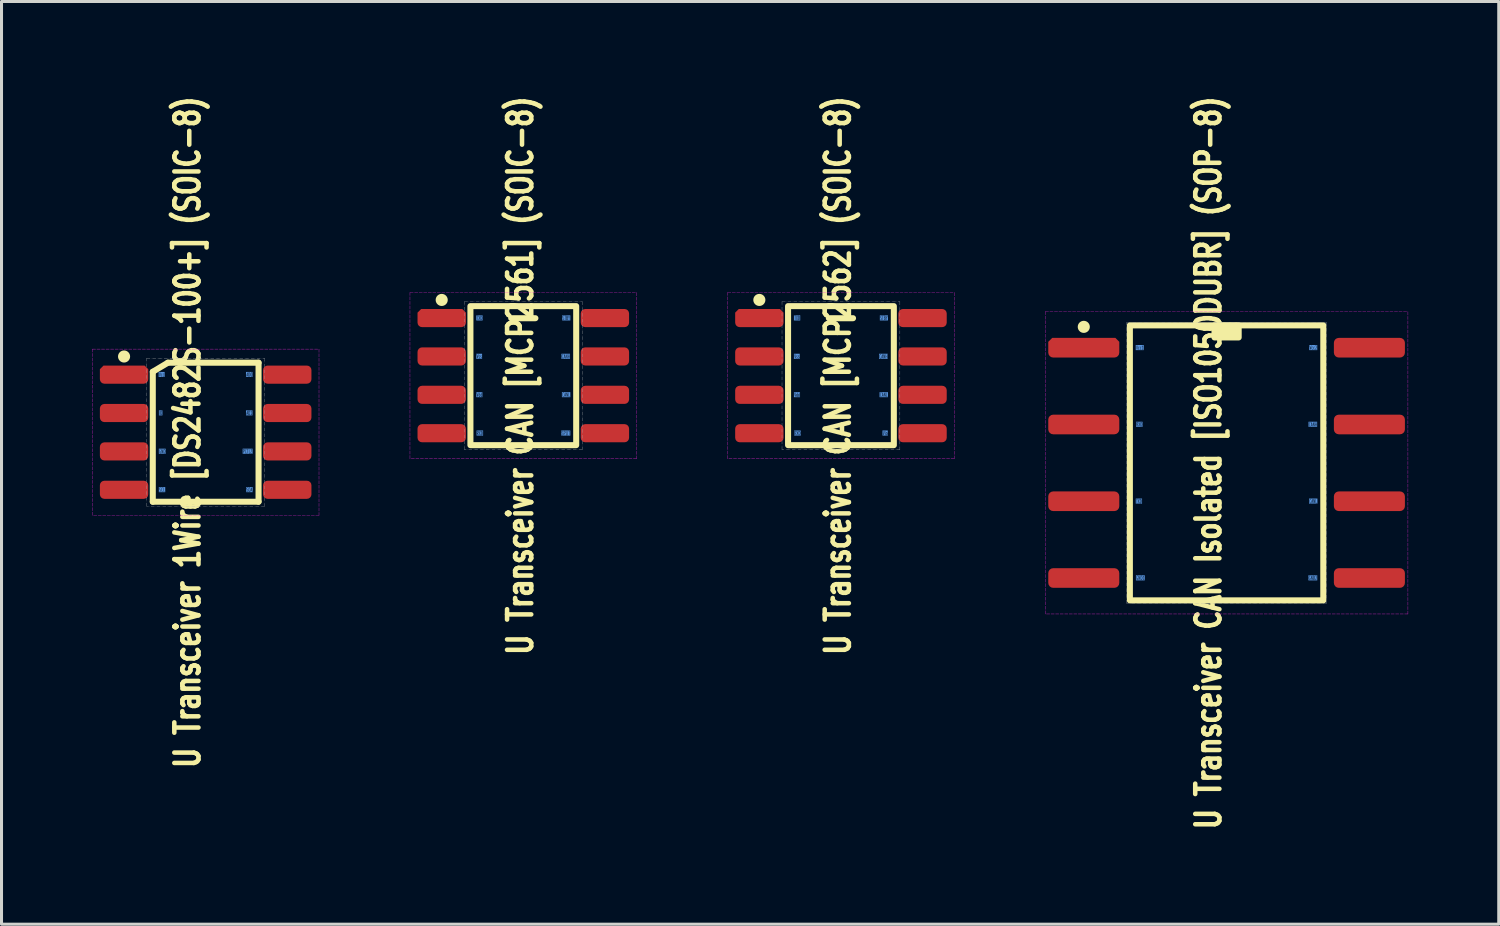
<source format=kicad_pcb>
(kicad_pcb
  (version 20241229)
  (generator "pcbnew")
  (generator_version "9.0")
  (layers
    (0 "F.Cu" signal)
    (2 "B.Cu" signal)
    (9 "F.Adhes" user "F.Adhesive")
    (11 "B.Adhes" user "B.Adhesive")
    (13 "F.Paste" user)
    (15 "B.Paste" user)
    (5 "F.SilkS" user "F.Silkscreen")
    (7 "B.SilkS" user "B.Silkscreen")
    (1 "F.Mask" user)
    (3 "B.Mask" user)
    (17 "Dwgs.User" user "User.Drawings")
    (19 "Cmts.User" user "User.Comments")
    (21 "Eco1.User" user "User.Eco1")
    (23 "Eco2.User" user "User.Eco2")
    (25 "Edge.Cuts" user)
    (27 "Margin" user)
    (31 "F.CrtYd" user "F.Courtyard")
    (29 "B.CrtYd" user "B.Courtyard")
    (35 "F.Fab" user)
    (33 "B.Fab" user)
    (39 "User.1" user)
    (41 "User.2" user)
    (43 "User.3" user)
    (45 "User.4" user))
  (footprint "U Transceiver CAN Isolated [ISO1050DUBR] (SOP-8)"
    (layer "F.Cu")
    (at 37.535 12.265)
    (property "Reference" "U Transceiver CAN Isolated [ISO1050DUBR] (SOP-8)" (at -0.6 0 90) (layer "F.SilkS") (effects (font (size 0.8 0.6) (thickness 0.15))))
    (attr smd)
    (fp_rect (start -3.2 -4.55) (end 3.2 4.55) (stroke (width 0.2) (type default)) (fill no) (layer "F.SilkS"))
    (fp_rect (start -0.4 -4.55) (end 0.4 -4.15) (stroke (width 0.2) (type solid)) (fill yes) (layer "F.SilkS"))
    (fp_circle (center -4.725 -4.5) (end -4.575 -4.5) (stroke (width 0.1) (type solid)) (fill yes) (layer "F.SilkS"))
    (fp_rect (start -6 -5) (end 6 5) (stroke (width 0.01) (type dash)) (fill no) (layer "F.CrtYd"))
    (fp_rect (start -3.3 -4.65) (end 3.3 4.65) (stroke (width 0.01) (type dash_dot)) (fill no) (layer "F.Fab"))
    (fp_text user "CANH" (at 3 -1.27 0) (layer "Cmts.User" knockout) (effects (font (size 0.13 0.07) (thickness 0.01)) (justify right)))
    (fp_text user "GND1" (at -3 3.81 0) (layer "Cmts.User" knockout) (effects (font (size 0.13 0.07) (thickness 0.01)) (justify left)))
    (fp_text user "Vcc1" (at -3 -3.81 0) (layer "Cmts.User" knockout) (effects (font (size 0.13 0.07) (thickness 0.01)) (justify left)))
    (fp_text user "CANL" (at 3 1.27 0) (layer "Cmts.User" knockout) (effects (font (size 0.13 0.07) (thickness 0.01)) (justify right)))
    (fp_text user "GND2" (at 3 3.81 0) (layer "Cmts.User" knockout) (effects (font (size 0.13 0.07) (thickness 0.01) (bold yes)) (justify right)))
    (fp_text user "TXD" (at -3 1.27 0) (layer "Cmts.User" knockout) (effects (font (size 0.13 0.07) (thickness 0.01)) (justify left)))
    (fp_text user "RXD" (at -3 -1.27 0) (layer "Cmts.User" knockout) (effects (font (size 0.13 0.07) (thickness 0.01)) (justify left)))
    (fp_text user "Vcc2" (at 3 -3.81 0) (layer "Cmts.User" knockout) (effects (font (size 0.13 0.07) (thickness 0.01) (bold yes)) (justify right)))
    (pad "1" smd roundrect (at -4.725 -3.81) (size 2.35 0.65) (layers "F.Cu" "F.Mask" "F.Paste") (roundrect_rratio 0.25) (chamfer_ratio 0.2) (chamfer top_left top_right))
    (pad "2" smd roundrect (at -4.725 -1.27) (size 2.35 0.65) (layers "F.Cu" "F.Mask" "F.Paste") (roundrect_rratio 0.25))
    (pad "3" smd roundrect (at -4.725 1.27) (size 2.35 0.65) (layers "F.Cu" "F.Mask" "F.Paste") (roundrect_rratio 0.25))
    (pad "4" smd roundrect (at -4.725 3.81) (size 2.35 0.65) (layers "F.Cu" "F.Mask" "F.Paste") (roundrect_rratio 0.25))
    (pad "5" smd roundrect (at 4.725 3.81) (size 2.35 0.65) (layers "F.Cu" "F.Mask" "F.Paste") (roundrect_rratio 0.25))
    (pad "6" smd roundrect (at 4.725 1.27) (size 2.35 0.65) (layers "F.Cu" "F.Mask" "F.Paste") (roundrect_rratio 0.25))
    (pad "7" smd roundrect (at 4.725 -1.27) (size 2.35 0.65) (layers "F.Cu" "F.Mask" "F.Paste") (roundrect_rratio 0.25))
    (pad "8" smd roundrect (at 4.725 -3.81) (size 2.35 0.65) (layers "F.Cu" "F.Mask" "F.Paste") (roundrect_rratio 0.25)))
  (footprint "U Transceiver CAN [MCP2561] (SOIC-8)"
    (layer "F.Cu")
    (at 14.265 9.379)
    (property "Reference" "U Transceiver CAN [MCP2561] (SOIC-8)" (at -0.1 0 90) (layer "F.SilkS") (effects (font (size 0.8 0.6) (thickness 0.15))))
    (attr smd)
    (fp_line (start -0.4 -1.9) (end 0.4 -1.9) (stroke (width 0.2) (type default)) (layer "F.SilkS"))
    (fp_rect (start -1.75 -2.3) (end 1.75 2.3) (stroke (width 0.2) (type default)) (fill no) (layer "F.SilkS"))
    (fp_circle (center -2.7 -2.505) (end -2.55 -2.505) (stroke (width 0.1) (type solid)) (fill yes) (layer "F.SilkS"))
    (fp_rect (start -3.75 -2.75) (end 3.75 2.75) (stroke (width 0.01) (type dash)) (fill no) (layer "F.CrtYd"))
    (fp_rect (start -1.95 -2.45) (end 1.95 2.45) (stroke (width 0.01) (type dash_dot)) (fill no) (layer "F.Fab"))
    (fp_text user "TXD" (at -1.55 -1.905 0) (layer "Cmts.User" knockout) (effects (font (size 0.13 0.07) (thickness 0.01)) (justify left)))
    (fp_text user "SPLIT" (at 1.55 1.905 0) (layer "Cmts.User" knockout) (effects (font (size 0.13 0.07) (thickness 0.01) (bold yes)) (justify right)))
    (fp_text user "STBY" (at 1.55 -1.905 0) (layer "Cmts.User" knockout) (effects (font (size 0.13 0.07) (thickness 0.01) (bold yes)) (justify right)))
    (fp_text user "RXD" (at -1.55 1.905 0) (layer "Cmts.User" knockout) (effects (font (size 0.13 0.07) (thickness 0.01)) (justify left)))
    (fp_text user "Vss" (at -1.55 -0.635 0) (layer "Cmts.User" knockout) (effects (font (size 0.13 0.07) (thickness 0.01)) (justify left)))
    (fp_text user "CANL" (at 1.55 0.635 0) (layer "Cmts.User" knockout) (effects (font (size 0.13 0.07) (thickness 0.01)) (justify right)))
    (fp_text user "CANH" (at 1.55 -0.635 0) (layer "Cmts.User" knockout) (effects (font (size 0.13 0.07) (thickness 0.01)) (justify right)))
    (fp_text user "Vdd" (at -1.55 0.635 0) (layer "Cmts.User" knockout) (effects (font (size 0.13 0.07) (thickness 0.01)) (justify left)))
    (pad "1" smd roundrect (at -2.7 -1.905) (size 1.6 0.6) (layers "F.Cu" "F.Mask" "F.Paste") (roundrect_rratio 0.25) (chamfer_ratio 0.2) (chamfer top_left top_right))
    (pad "2" smd roundrect (at -2.7 -0.635) (size 1.6 0.6) (layers "F.Cu" "F.Mask" "F.Paste") (roundrect_rratio 0.25))
    (pad "3" smd roundrect (at -2.7 0.635) (size 1.6 0.6) (layers "F.Cu" "F.Mask" "F.Paste") (roundrect_rratio 0.25))
    (pad "4" smd roundrect (at -2.7 1.905) (size 1.6 0.6) (layers "F.Cu" "F.Mask" "F.Paste") (roundrect_rratio 0.25))
    (pad "5" smd roundrect (at 2.7 1.905) (size 1.6 0.6) (layers "F.Cu" "F.Mask" "F.Paste") (roundrect_rratio 0.25))
    (pad "6" smd roundrect (at 2.7 0.635) (size 1.6 0.6) (layers "F.Cu" "F.Mask" "F.Paste") (roundrect_rratio 0.25))
    (pad "7" smd roundrect (at 2.7 -0.635) (size 1.6 0.6) (layers "F.Cu" "F.Mask" "F.Paste") (roundrect_rratio 0.25))
    (pad "8" smd roundrect (at 2.7 -1.905) (size 1.6 0.6) (layers "F.Cu" "F.Mask" "F.Paste") (roundrect_rratio 0.25)))
  (footprint "U Transceiver CAN [MCP2562] (SOIC-8)"
    (layer "F.Cu")
    (at 24.775 9.379)
    (property "Reference" "U Transceiver CAN [MCP2562] (SOIC-8)" (at -0.1 0 90) (layer "F.SilkS") (effects (font (size 0.8 0.6) (thickness 0.15))))
    (attr smd)
    (fp_line (start -0.4 -1.9) (end 0.4 -1.9) (stroke (width 0.2) (type default)) (layer "F.SilkS"))
    (fp_rect (start -1.75 -2.3) (end 1.75 2.3) (stroke (width 0.2) (type default)) (fill no) (layer "F.SilkS"))
    (fp_circle (center -2.7 -2.505) (end -2.55 -2.505) (stroke (width 0.1) (type solid)) (fill yes) (layer "F.SilkS"))
    (fp_rect (start -3.75 -2.75) (end 3.75 2.75) (stroke (width 0.01) (type dash)) (fill no) (layer "F.CrtYd"))
    (fp_rect (start -1.95 -2.45) (end 1.95 2.45) (stroke (width 0.01) (type dash_dot)) (fill no) (layer "F.Fab"))
    (fp_text user "RXD" (at -1.55 1.905 0) (layer "Cmts.User" knockout) (effects (font (size 0.13 0.07) (thickness 0.01)) (justify left)))
    (fp_text user "Vdd" (at -1.55 0.635 0) (layer "Cmts.User" knockout) (effects (font (size 0.13 0.07) (thickness 0.01)) (justify left)))
    (fp_text user "Vio" (at 1.55 1.905 0) (layer "Cmts.User" knockout) (effects (font (size 0.13 0.07) (thickness 0.01) (bold yes)) (justify right)))
    (fp_text user "TXD" (at -1.55 -1.905 0) (layer "Cmts.User" knockout) (effects (font (size 0.13 0.07) (thickness 0.01)) (justify left)))
    (fp_text user "CANL" (at 1.55 0.635 0) (layer "Cmts.User" knockout) (effects (font (size 0.13 0.07) (thickness 0.01)) (justify right)))
    (fp_text user "CANH" (at 1.55 -0.635 0) (layer "Cmts.User" knockout) (effects (font (size 0.13 0.07) (thickness 0.01)) (justify right)))
    (fp_text user "Vss" (at -1.55 -0.635 0) (layer "Cmts.User" knockout) (effects (font (size 0.13 0.07) (thickness 0.01)) (justify left)))
    (fp_text user "STBY" (at 1.55 -1.905 0) (layer "Cmts.User" knockout) (effects (font (size 0.13 0.07) (thickness 0.01) (bold yes)) (justify right)))
    (pad "1" smd roundrect (at -2.7 -1.905) (size 1.6 0.6) (layers "F.Cu" "F.Mask" "F.Paste") (roundrect_rratio 0.25) (chamfer_ratio 0.2) (chamfer top_left top_right))
    (pad "2" smd roundrect (at -2.7 -0.635) (size 1.6 0.6) (layers "F.Cu" "F.Mask" "F.Paste") (roundrect_rratio 0.25))
    (pad "3" smd roundrect (at -2.7 0.635) (size 1.6 0.6) (layers "F.Cu" "F.Mask" "F.Paste") (roundrect_rratio 0.25))
    (pad "4" smd roundrect (at -2.7 1.905) (size 1.6 0.6) (layers "F.Cu" "F.Mask" "F.Paste") (roundrect_rratio 0.25))
    (pad "5" smd roundrect (at 2.7 1.905) (size 1.6 0.6) (layers "F.Cu" "F.Mask" "F.Paste") (roundrect_rratio 0.25))
    (pad "6" smd roundrect (at 2.7 0.635) (size 1.6 0.6) (layers "F.Cu" "F.Mask" "F.Paste") (roundrect_rratio 0.25))
    (pad "7" smd roundrect (at 2.7 -0.635) (size 1.6 0.6) (layers "F.Cu" "F.Mask" "F.Paste") (roundrect_rratio 0.25))
    (pad "8" smd roundrect (at 2.7 -1.905) (size 1.6 0.6) (layers "F.Cu" "F.Mask" "F.Paste") (roundrect_rratio 0.25)))
  (footprint "U Transceiver 1Wire [DS2482S-100+] (SOIC-8)"
    (layer "F.Cu")
    (at 3.755 11.251)
    (property "Reference" "U Transceiver 1Wire [DS2482S-100+] (SOIC-8)" (at -0.6 0 90) (layer "F.SilkS") (effects (font (size 0.8 0.6) (thickness 0.15))))
    (attr smd)
    (fp_line (start -1.75 -2) (end -1.25 -2.3) (stroke (width 0.2) (type default)) (layer "F.SilkS"))
    (fp_line (start -1.75 2.3) (end -1.75 -2) (stroke (width 0.2) (type default)) (layer "F.SilkS"))
    (fp_line (start -1.25 -2.3) (end 1.75 -2.3) (stroke (width 0.2) (type default)) (layer "F.SilkS"))
    (fp_line (start 1.75 -2.3) (end 1.75 2.3) (stroke (width 0.2) (type default)) (layer "F.SilkS"))
    (fp_line (start 1.75 2.3) (end -1.75 2.3) (stroke (width 0.2) (type default)) (layer "F.SilkS"))
    (fp_circle (center -2.7 -2.505) (end -2.55 -2.505) (stroke (width 0.1) (type solid)) (fill yes) (layer "F.SilkS"))
    (fp_rect (start -3.75 -2.75) (end 3.75 2.75) (stroke (width 0.01) (type dash)) (fill no) (layer "F.CrtYd"))
    (fp_rect (start -1.95 -2.45) (end 1.95 2.45) (stroke (width 0.01) (type dash_dot)) (fill no) (layer "F.Fab"))
    (fp_text user "IO" (at -1.55 -0.635 0) (layer "Cmts.User" knockout) (effects (font (size 0.13 0.07) (thickness 0.01)) (justify left)))
    (fp_text user "PCTLZ" (at 1.55 0.635 0) (layer "Cmts.User" knockout) (effects (font (size 0.13 0.07) (thickness 0.01)) (justify right)))
    (fp_text user "SCL" (at -1.55 1.905 0) (layer "Cmts.User" knockout) (effects (font (size 0.13 0.07) (thickness 0.01)) (justify left)))
    (fp_text user "AD0" (at 1.55 -1.905 0) (layer "Cmts.User" knockout) (effects (font (size 0.13 0.07) (thickness 0.01) (bold yes)) (justify right)))
    (fp_text user "GND" (at -1.55 0.635 0) (layer "Cmts.User" knockout) (effects (font (size 0.13 0.07) (thickness 0.01)) (justify left)))
    (fp_text user "AD1" (at 1.55 -0.635 0) (layer "Cmts.User" knockout) (effects (font (size 0.13 0.07) (thickness 0.01)) (justify right)))
    (fp_text user "Vcc" (at -1.55 -1.905 0) (layer "Cmts.User" knockout) (effects (font (size 0.13 0.07) (thickness 0.01)) (justify left)))
    (fp_text user "SDA" (at 1.55 1.905 0) (layer "Cmts.User" knockout) (effects (font (size 0.13 0.07) (thickness 0.01) (bold yes)) (justify right)))
    (pad "1" smd roundrect (at -2.7 -1.905) (size 1.6 0.6) (layers "F.Cu" "F.Mask" "F.Paste") (roundrect_rratio 0.25) (chamfer_ratio 0.2) (chamfer top_left top_right))
    (pad "2" smd roundrect (at -2.7 -0.635) (size 1.6 0.6) (layers "F.Cu" "F.Mask" "F.Paste") (roundrect_rratio 0.25))
    (pad "3" smd roundrect (at -2.7 0.635) (size 1.6 0.6) (layers "F.Cu" "F.Mask" "F.Paste") (roundrect_rratio 0.25))
    (pad "4" smd roundrect (at -2.7 1.905) (size 1.6 0.6) (layers "F.Cu" "F.Mask" "F.Paste") (roundrect_rratio 0.25))
    (pad "5" smd roundrect (at 2.7 1.905) (size 1.6 0.6) (layers "F.Cu" "F.Mask" "F.Paste") (roundrect_rratio 0.25))
    (pad "6" smd roundrect (at 2.7 0.635) (size 1.6 0.6) (layers "F.Cu" "F.Mask" "F.Paste") (roundrect_rratio 0.25))
    (pad "7" smd roundrect (at 2.7 -0.635) (size 1.6 0.6) (layers "F.Cu" "F.Mask" "F.Paste") (roundrect_rratio 0.25))
    (pad "8" smd roundrect (at 2.7 -1.905) (size 1.6 0.6) (layers "F.Cu" "F.Mask" "F.Paste") (roundrect_rratio 0.25)))
  (gr_rect
    (start -3 -3)
    (end 46.54 27.53)
    (stroke (width 0.1) (type default))
    (fill no)
    (layer "Edge.Cuts")))
</source>
